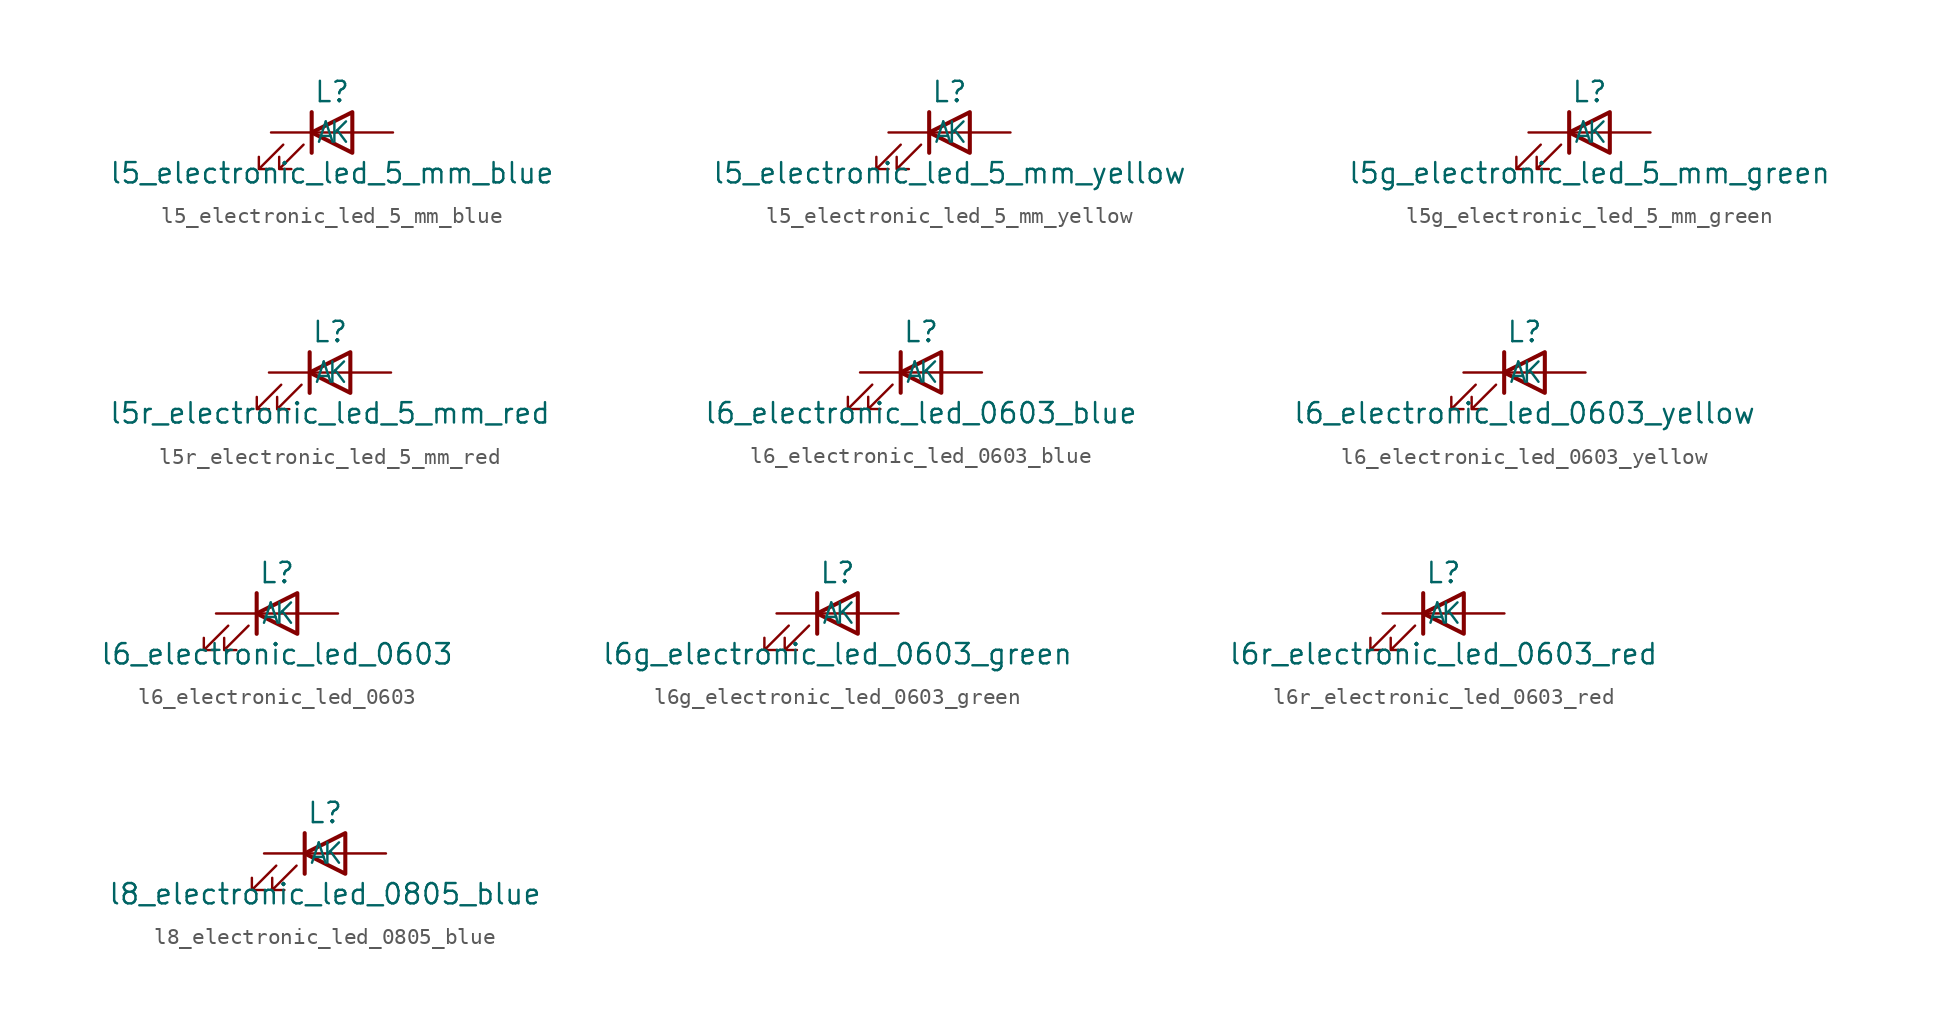
<source format=kicad_sym>
(kicad_symbol_lib
  (version 20220914)
  (generator kicad_symbol_editor)
  (symbol "l5_electronic_led_5_mm_blue"
    (pin_numbers hide)
    (pin_names
      (offset 1.016))
    (property "Reference" "L"
      (at 0 2.54 0)
      (effects (font (size 1.27 1.27))))
    (property "Value" "l5_electronic_led_5_mm_blue"
      (at 0 -2.54 0)
      (effects (font (size 1.27 1.27))))
    (symbol "l5_electronic_led_5_mm_blue_0_1"
      (polyline (pts (xy -1.27 -1.27) (xy -1.27 1.27)) (stroke (width 0.254) (type default)) (fill (type none)))
      (polyline (pts (xy -1.27 0) (xy 1.27 0)) (stroke (width 0) (type default)) (fill (type none)))
      (polyline (pts (xy 1.27 -1.27) (xy 1.27 1.27) (xy -1.27 0) (xy 1.27 -1.27)) (stroke (width 0.254) (type default)) (fill (type none)))
      (polyline (pts (xy -3.048 -0.762) (xy -4.572 -2.286) (xy -3.81 -2.286) (xy -4.572 -2.286) (xy -4.572 -1.524)) (stroke (width 0) (type default)) (fill (type none)))
      (polyline (pts (xy -1.778 -0.762) (xy -3.302 -2.286) (xy -2.54 -2.286) (xy -3.302 -2.286) (xy -3.302 -1.524)) (stroke (width 0) (type default)) (fill (type none))))
    (symbol "l5_electronic_led_5_mm_blue_1_1"
      (pin passive line (at -3.81 0 0) (length 2.54) (name "K" (effects (font (size 1.27 1.27)))) (number "1" (effects (font (size 1.27 1.27)))))
      (pin passive line (at 3.81 0 180) (length 2.54) (name "A" (effects (font (size 1.27 1.27)))) (number "2" (effects (font (size 1.27 1.27)))))))
  (symbol "l5_electronic_led_5_mm_yellow"
    (pin_numbers hide)
    (pin_names
      (offset 1.016))
    (property "Reference" "L"
      (at 0 2.54 0)
      (effects (font (size 1.27 1.27))))
    (property "Value" "l5_electronic_led_5_mm_yellow"
      (at 0 -2.54 0)
      (effects (font (size 1.27 1.27))))
    (symbol "l5_electronic_led_5_mm_yellow_0_1"
      (polyline (pts (xy -1.27 -1.27) (xy -1.27 1.27)) (stroke (width 0.254) (type default)) (fill (type none)))
      (polyline (pts (xy -1.27 0) (xy 1.27 0)) (stroke (width 0) (type default)) (fill (type none)))
      (polyline (pts (xy 1.27 -1.27) (xy 1.27 1.27) (xy -1.27 0) (xy 1.27 -1.27)) (stroke (width 0.254) (type default)) (fill (type none)))
      (polyline (pts (xy -3.048 -0.762) (xy -4.572 -2.286) (xy -3.81 -2.286) (xy -4.572 -2.286) (xy -4.572 -1.524)) (stroke (width 0) (type default)) (fill (type none)))
      (polyline (pts (xy -1.778 -0.762) (xy -3.302 -2.286) (xy -2.54 -2.286) (xy -3.302 -2.286) (xy -3.302 -1.524)) (stroke (width 0) (type default)) (fill (type none))))
    (symbol "l5_electronic_led_5_mm_yellow_1_1"
      (pin passive line (at -3.81 0 0) (length 2.54) (name "K" (effects (font (size 1.27 1.27)))) (number "1" (effects (font (size 1.27 1.27)))))
      (pin passive line (at 3.81 0 180) (length 2.54) (name "A" (effects (font (size 1.27 1.27)))) (number "2" (effects (font (size 1.27 1.27)))))))
  (symbol "l5g_electronic_led_5_mm_green"
    (pin_numbers hide)
    (pin_names
      (offset 1.016))
    (property "Reference" "L"
      (at 0 2.54 0)
      (effects (font (size 1.27 1.27))))
    (property "Value" "l5g_electronic_led_5_mm_green"
      (at 0 -2.54 0)
      (effects (font (size 1.27 1.27))))
    (symbol "l5g_electronic_led_5_mm_green_0_1"
      (polyline (pts (xy -1.27 -1.27) (xy -1.27 1.27)) (stroke (width 0.254) (type default)) (fill (type none)))
      (polyline (pts (xy -1.27 0) (xy 1.27 0)) (stroke (width 0) (type default)) (fill (type none)))
      (polyline (pts (xy 1.27 -1.27) (xy 1.27 1.27) (xy -1.27 0) (xy 1.27 -1.27)) (stroke (width 0.254) (type default)) (fill (type none)))
      (polyline (pts (xy -3.048 -0.762) (xy -4.572 -2.286) (xy -3.81 -2.286) (xy -4.572 -2.286) (xy -4.572 -1.524)) (stroke (width 0) (type default)) (fill (type none)))
      (polyline (pts (xy -1.778 -0.762) (xy -3.302 -2.286) (xy -2.54 -2.286) (xy -3.302 -2.286) (xy -3.302 -1.524)) (stroke (width 0) (type default)) (fill (type none))))
    (symbol "l5g_electronic_led_5_mm_green_1_1"
      (pin passive line (at -3.81 0 0) (length 2.54) (name "K" (effects (font (size 1.27 1.27)))) (number "1" (effects (font (size 1.27 1.27)))))
      (pin passive line (at 3.81 0 180) (length 2.54) (name "A" (effects (font (size 1.27 1.27)))) (number "2" (effects (font (size 1.27 1.27)))))))
  (symbol "l5r_electronic_led_5_mm_red"
    (pin_numbers hide)
    (pin_names
      (offset 1.016))
    (property "Reference" "L"
      (at 0 2.54 0)
      (effects (font (size 1.27 1.27))))
    (property "Value" "l5r_electronic_led_5_mm_red"
      (at 0 -2.54 0)
      (effects (font (size 1.27 1.27))))
    (symbol "l5r_electronic_led_5_mm_red_0_1"
      (polyline (pts (xy -1.27 -1.27) (xy -1.27 1.27)) (stroke (width 0.254) (type default)) (fill (type none)))
      (polyline (pts (xy -1.27 0) (xy 1.27 0)) (stroke (width 0) (type default)) (fill (type none)))
      (polyline (pts (xy 1.27 -1.27) (xy 1.27 1.27) (xy -1.27 0) (xy 1.27 -1.27)) (stroke (width 0.254) (type default)) (fill (type none)))
      (polyline (pts (xy -3.048 -0.762) (xy -4.572 -2.286) (xy -3.81 -2.286) (xy -4.572 -2.286) (xy -4.572 -1.524)) (stroke (width 0) (type default)) (fill (type none)))
      (polyline (pts (xy -1.778 -0.762) (xy -3.302 -2.286) (xy -2.54 -2.286) (xy -3.302 -2.286) (xy -3.302 -1.524)) (stroke (width 0) (type default)) (fill (type none))))
    (symbol "l5r_electronic_led_5_mm_red_1_1"
      (pin passive line (at -3.81 0 0) (length 2.54) (name "K" (effects (font (size 1.27 1.27)))) (number "1" (effects (font (size 1.27 1.27)))))
      (pin passive line (at 3.81 0 180) (length 2.54) (name "A" (effects (font (size 1.27 1.27)))) (number "2" (effects (font (size 1.27 1.27)))))))
  (symbol "l6_electronic_led_0603_blue"
    (pin_numbers hide)
    (pin_names
      (offset 1.016))
    (property "Reference" "L"
      (at 0 2.54 0)
      (effects (font (size 1.27 1.27))))
    (property "Value" "l6_electronic_led_0603_blue"
      (at 0 -2.54 0)
      (effects (font (size 1.27 1.27))))
    (symbol "l6_electronic_led_0603_blue_0_1"
      (polyline (pts (xy -1.27 -1.27) (xy -1.27 1.27)) (stroke (width 0.254) (type default)) (fill (type none)))
      (polyline (pts (xy -1.27 0) (xy 1.27 0)) (stroke (width 0) (type default)) (fill (type none)))
      (polyline (pts (xy 1.27 -1.27) (xy 1.27 1.27) (xy -1.27 0) (xy 1.27 -1.27)) (stroke (width 0.254) (type default)) (fill (type none)))
      (polyline (pts (xy -3.048 -0.762) (xy -4.572 -2.286) (xy -3.81 -2.286) (xy -4.572 -2.286) (xy -4.572 -1.524)) (stroke (width 0) (type default)) (fill (type none)))
      (polyline (pts (xy -1.778 -0.762) (xy -3.302 -2.286) (xy -2.54 -2.286) (xy -3.302 -2.286) (xy -3.302 -1.524)) (stroke (width 0) (type default)) (fill (type none))))
    (symbol "l6_electronic_led_0603_blue_1_1"
      (pin passive line (at -3.81 0 0) (length 2.54) (name "K" (effects (font (size 1.27 1.27)))) (number "1" (effects (font (size 1.27 1.27)))))
      (pin passive line (at 3.81 0 180) (length 2.54) (name "A" (effects (font (size 1.27 1.27)))) (number "2" (effects (font (size 1.27 1.27)))))))
  (symbol "l6_electronic_led_0603_yellow"
    (pin_numbers hide)
    (pin_names
      (offset 1.016))
    (property "Reference" "L"
      (at 0 2.54 0)
      (effects (font (size 1.27 1.27))))
    (property "Value" "l6_electronic_led_0603_yellow"
      (at 0 -2.54 0)
      (effects (font (size 1.27 1.27))))
    (symbol "l6_electronic_led_0603_yellow_0_1"
      (polyline (pts (xy -1.27 -1.27) (xy -1.27 1.27)) (stroke (width 0.254) (type default)) (fill (type none)))
      (polyline (pts (xy -1.27 0) (xy 1.27 0)) (stroke (width 0) (type default)) (fill (type none)))
      (polyline (pts (xy 1.27 -1.27) (xy 1.27 1.27) (xy -1.27 0) (xy 1.27 -1.27)) (stroke (width 0.254) (type default)) (fill (type none)))
      (polyline (pts (xy -3.048 -0.762) (xy -4.572 -2.286) (xy -3.81 -2.286) (xy -4.572 -2.286) (xy -4.572 -1.524)) (stroke (width 0) (type default)) (fill (type none)))
      (polyline (pts (xy -1.778 -0.762) (xy -3.302 -2.286) (xy -2.54 -2.286) (xy -3.302 -2.286) (xy -3.302 -1.524)) (stroke (width 0) (type default)) (fill (type none))))
    (symbol "l6_electronic_led_0603_yellow_1_1"
      (pin passive line (at -3.81 0 0) (length 2.54) (name "K" (effects (font (size 1.27 1.27)))) (number "1" (effects (font (size 1.27 1.27)))))
      (pin passive line (at 3.81 0 180) (length 2.54) (name "A" (effects (font (size 1.27 1.27)))) (number "2" (effects (font (size 1.27 1.27)))))))
  (symbol "l6_electronic_led_0603"
    (pin_numbers hide)
    (pin_names
      (offset 1.016))
    (property "Reference" "L"
      (at 0 2.54 0)
      (effects (font (size 1.27 1.27))))
    (property "Value" "l6_electronic_led_0603"
      (at 0 -2.54 0)
      (effects (font (size 1.27 1.27))))
    (symbol "l6_electronic_led_0603_0_1"
      (polyline (pts (xy -1.27 -1.27) (xy -1.27 1.27)) (stroke (width 0.254) (type default)) (fill (type none)))
      (polyline (pts (xy -1.27 0) (xy 1.27 0)) (stroke (width 0) (type default)) (fill (type none)))
      (polyline (pts (xy 1.27 -1.27) (xy 1.27 1.27) (xy -1.27 0) (xy 1.27 -1.27)) (stroke (width 0.254) (type default)) (fill (type none)))
      (polyline (pts (xy -3.048 -0.762) (xy -4.572 -2.286) (xy -3.81 -2.286) (xy -4.572 -2.286) (xy -4.572 -1.524)) (stroke (width 0) (type default)) (fill (type none)))
      (polyline (pts (xy -1.778 -0.762) (xy -3.302 -2.286) (xy -2.54 -2.286) (xy -3.302 -2.286) (xy -3.302 -1.524)) (stroke (width 0) (type default)) (fill (type none))))
    (symbol "l6_electronic_led_0603_1_1"
      (pin passive line (at -3.81 0 0) (length 2.54) (name "K" (effects (font (size 1.27 1.27)))) (number "1" (effects (font (size 1.27 1.27)))))
      (pin passive line (at 3.81 0 180) (length 2.54) (name "A" (effects (font (size 1.27 1.27)))) (number "2" (effects (font (size 1.27 1.27)))))))
  (symbol "l6g_electronic_led_0603_green"
    (pin_numbers hide)
    (pin_names
      (offset 1.016))
    (property "Reference" "L"
      (at 0 2.54 0)
      (effects (font (size 1.27 1.27))))
    (property "Value" "l6g_electronic_led_0603_green"
      (at 0 -2.54 0)
      (effects (font (size 1.27 1.27))))
    (symbol "l6g_electronic_led_0603_green_0_1"
      (polyline (pts (xy -1.27 -1.27) (xy -1.27 1.27)) (stroke (width 0.254) (type default)) (fill (type none)))
      (polyline (pts (xy -1.27 0) (xy 1.27 0)) (stroke (width 0) (type default)) (fill (type none)))
      (polyline (pts (xy 1.27 -1.27) (xy 1.27 1.27) (xy -1.27 0) (xy 1.27 -1.27)) (stroke (width 0.254) (type default)) (fill (type none)))
      (polyline (pts (xy -3.048 -0.762) (xy -4.572 -2.286) (xy -3.81 -2.286) (xy -4.572 -2.286) (xy -4.572 -1.524)) (stroke (width 0) (type default)) (fill (type none)))
      (polyline (pts (xy -1.778 -0.762) (xy -3.302 -2.286) (xy -2.54 -2.286) (xy -3.302 -2.286) (xy -3.302 -1.524)) (stroke (width 0) (type default)) (fill (type none))))
    (symbol "l6g_electronic_led_0603_green_1_1"
      (pin passive line (at -3.81 0 0) (length 2.54) (name "K" (effects (font (size 1.27 1.27)))) (number "1" (effects (font (size 1.27 1.27)))))
      (pin passive line (at 3.81 0 180) (length 2.54) (name "A" (effects (font (size 1.27 1.27)))) (number "2" (effects (font (size 1.27 1.27)))))))
  (symbol "l6r_electronic_led_0603_red"
    (pin_numbers hide)
    (pin_names
      (offset 1.016))
    (property "Reference" "L"
      (at 0 2.54 0)
      (effects (font (size 1.27 1.27))))
    (property "Value" "l6r_electronic_led_0603_red"
      (at 0 -2.54 0)
      (effects (font (size 1.27 1.27))))
    (symbol "l6r_electronic_led_0603_red_0_1"
      (polyline (pts (xy -1.27 -1.27) (xy -1.27 1.27)) (stroke (width 0.254) (type default)) (fill (type none)))
      (polyline (pts (xy -1.27 0) (xy 1.27 0)) (stroke (width 0) (type default)) (fill (type none)))
      (polyline (pts (xy 1.27 -1.27) (xy 1.27 1.27) (xy -1.27 0) (xy 1.27 -1.27)) (stroke (width 0.254) (type default)) (fill (type none)))
      (polyline (pts (xy -3.048 -0.762) (xy -4.572 -2.286) (xy -3.81 -2.286) (xy -4.572 -2.286) (xy -4.572 -1.524)) (stroke (width 0) (type default)) (fill (type none)))
      (polyline (pts (xy -1.778 -0.762) (xy -3.302 -2.286) (xy -2.54 -2.286) (xy -3.302 -2.286) (xy -3.302 -1.524)) (stroke (width 0) (type default)) (fill (type none))))
    (symbol "l6r_electronic_led_0603_red_1_1"
      (pin passive line (at -3.81 0 0) (length 2.54) (name "K" (effects (font (size 1.27 1.27)))) (number "1" (effects (font (size 1.27 1.27)))))
      (pin passive line (at 3.81 0 180) (length 2.54) (name "A" (effects (font (size 1.27 1.27)))) (number "2" (effects (font (size 1.27 1.27)))))))
  (symbol "l8_electronic_led_0805_blue"
    (pin_numbers hide)
    (pin_names
      (offset 1.016))
    (property "Reference" "L"
      (at 0 2.54 0)
      (effects (font (size 1.27 1.27))))
    (property "Value" "l8_electronic_led_0805_blue"
      (at 0 -2.54 0)
      (effects (font (size 1.27 1.27))))
    (symbol "l8_electronic_led_0805_blue_0_1"
      (polyline (pts (xy -1.27 -1.27) (xy -1.27 1.27)) (stroke (width 0.254) (type default)) (fill (type none)))
      (polyline (pts (xy -1.27 0) (xy 1.27 0)) (stroke (width 0) (type default)) (fill (type none)))
      (polyline (pts (xy 1.27 -1.27) (xy 1.27 1.27) (xy -1.27 0) (xy 1.27 -1.27)) (stroke (width 0.254) (type default)) (fill (type none)))
      (polyline (pts (xy -3.048 -0.762) (xy -4.572 -2.286) (xy -3.81 -2.286) (xy -4.572 -2.286) (xy -4.572 -1.524)) (stroke (width 0) (type default)) (fill (type none)))
      (polyline (pts (xy -1.778 -0.762) (xy -3.302 -2.286) (xy -2.54 -2.286) (xy -3.302 -2.286) (xy -3.302 -1.524)) (stroke (width 0) (type default)) (fill (type none))))
    (symbol "l8_electronic_led_0805_blue_1_1"
      (pin passive line (at -3.81 0 0) (length 2.54) (name "K" (effects (font (size 1.27 1.27)))) (number "1" (effects (font (size 1.27 1.27)))))
      (pin passive line (at 3.81 0 180) (length 2.54) (name "A" (effects (font (size 1.27 1.27)))) (number "2" (effects (font (size 1.27 1.27))))))))
</source>
